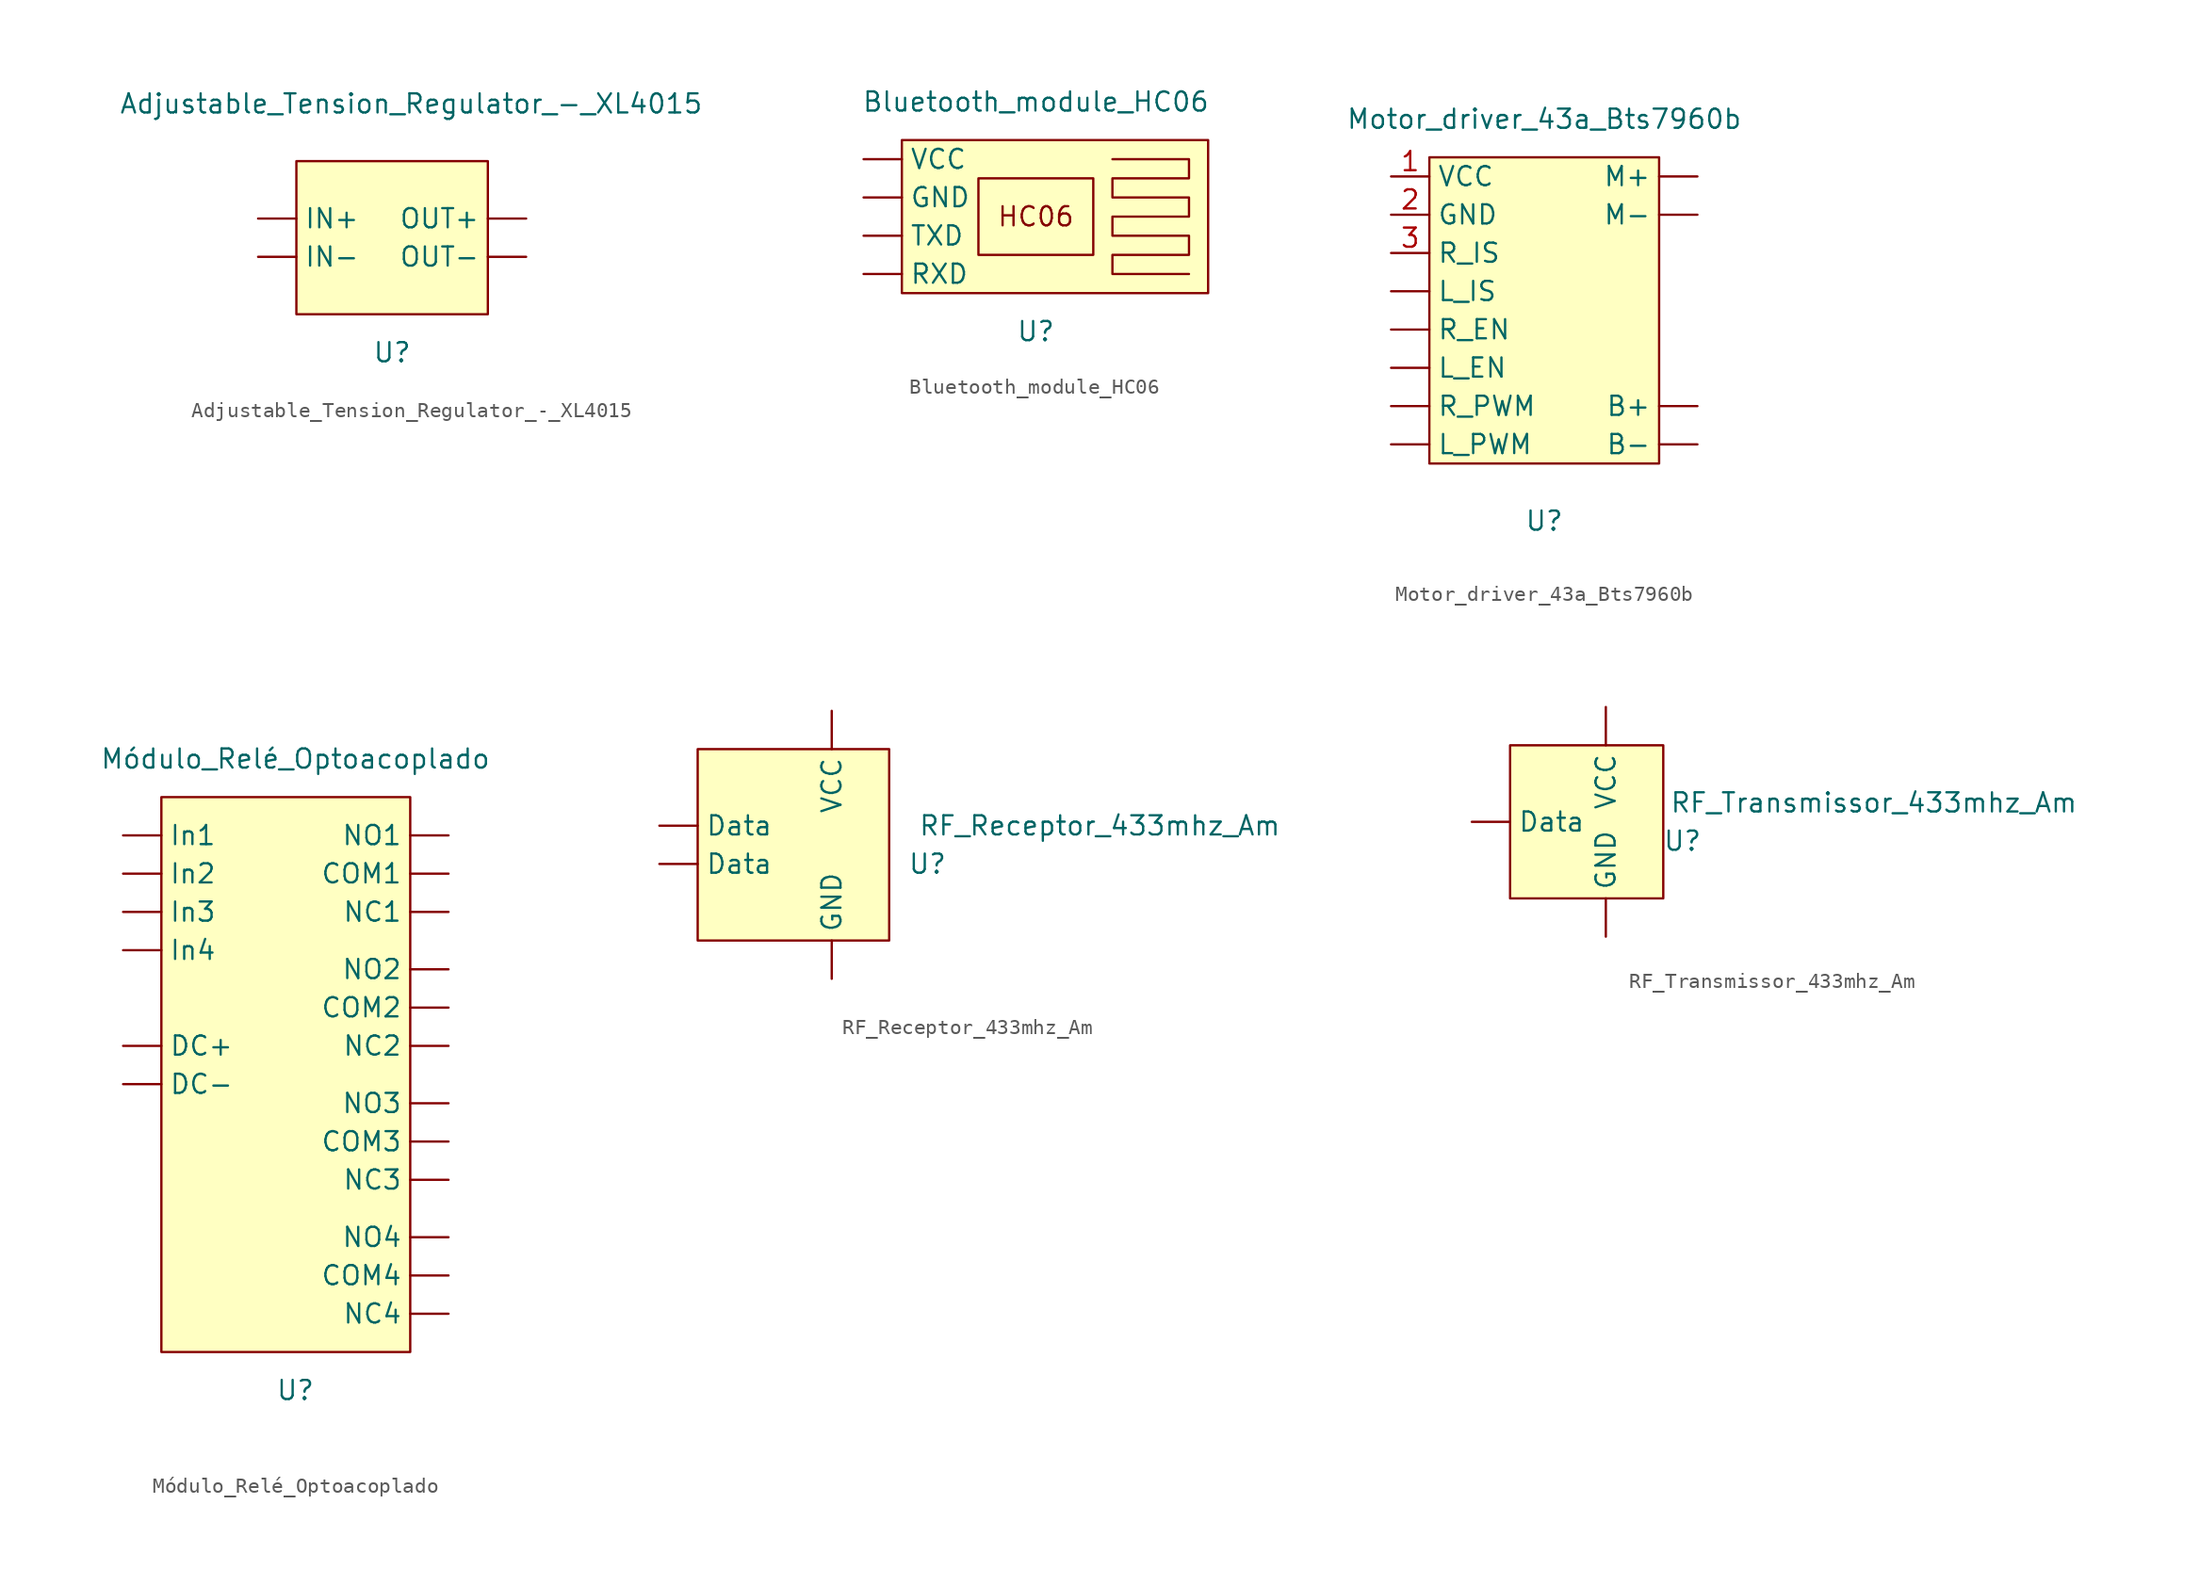
<source format=kicad_sym>
(kicad_symbol_lib
  (version 20211014)
  (generator kicad_symbol_editor)
  (symbol "Adjustable_Tension_Regulator_-_XL4015"
    (property "Reference" "U"
      (at 0 -6.35 0)
      (effects (font (size 1.27 1.27))))
    (property "Value" "Adjustable_Tension_Regulator_-_XL4015"
      (at 1.27 10.16 0)
      (effects (font (size 1.27 1.27))))
    (symbol "Adjustable_Tension_Regulator_-_XL4015_0_1"
      (rectangle (start -6.35 6.35) (end 6.35 -3.81) (stroke (width 0) (type default) (color 0 0 0 0)) (fill (type background))))
    (symbol "Adjustable_Tension_Regulator_-_XL4015_1_1"
      (pin power_in line (at -8.89 2.54 0) (length 2.54) (name "IN+" (effects (font (size 1.27 1.27)))) (number "" (effects (font (size 1.27 1.27)))))
      (pin power_in line (at -8.89 0 0) (length 2.54) (name "IN-" (effects (font (size 1.27 1.27)))) (number "" (effects (font (size 1.27 1.27)))))
      (pin power_out line (at 8.89 2.54 180) (length 2.54) (name "OUT+" (effects (font (size 1.27 1.27)))) (number "" (effects (font (size 1.27 1.27)))))
      (pin power_out line (at 8.89 0 180) (length 2.54) (name "OUT-" (effects (font (size 1.27 1.27)))) (number "" (effects (font (size 1.27 1.27)))))))
  (symbol "Bluetooth_module_HC06"
    (property "Reference" "U"
      (at 0 -7.62 0)
      (effects (font (size 1.27 1.27))))
    (property "Value" "Bluetooth_module_HC06"
      (at 0 7.62 0)
      (effects (font (size 1.27 1.27))))
    (symbol "Bluetooth_module_HC06_0_0"
      (text "HC06" (at 0 0 0) (effects (font (size 1.27 1.27)))))
    (symbol "Bluetooth_module_HC06_0_1"
      (rectangle (start -8.89 5.08) (end 11.43 -5.08) (stroke (width 0) (type default) (color 0 0 0 0)) (fill (type background)))
      (rectangle (start -3.81 2.54) (end 3.81 -2.54) (stroke (width 0) (type default) (color 0 0 0 0)) (fill (type none)))
      (polyline (pts (xy 5.08 3.81) (xy 10.16 3.81) (xy 10.16 2.54) (xy 5.08 2.54) (xy 5.08 1.27) (xy 10.16 1.27) (xy 10.16 0) (xy 5.08 0) (xy 5.08 -1.27) (xy 10.16 -1.27) (xy 10.16 -2.54) (xy 5.08 -2.54) (xy 5.08 -3.81) (xy 10.16 -3.81)) (stroke (width 0) (type default) (color 0 0 0 0)) (fill (type none))))
    (symbol "Bluetooth_module_HC06_1_1"
      (pin power_in line (at -11.43 1.27 0) (length 2.54) (name "GND" (effects (font (size 1.27 1.27)))) (number "" (effects (font (size 1.27 1.27)))))
      (pin bidirectional line (at -11.43 -3.81 0) (length 2.54) (name "RXD" (effects (font (size 1.27 1.27)))) (number "" (effects (font (size 1.27 1.27)))))
      (pin bidirectional line (at -11.43 -1.27 0) (length 2.54) (name "TXD" (effects (font (size 1.27 1.27)))) (number "" (effects (font (size 1.27 1.27)))))
      (pin power_in line (at -11.43 3.81 0) (length 2.54) (name "VCC" (effects (font (size 1.27 1.27)))) (number "" (effects (font (size 1.27 1.27)))))))
  (symbol "Motor_driver_43a_Bts7960b"
    (property "Reference" "U"
      (at 0 -13.97 0)
      (effects (font (size 1.27 1.27))))
    (property "Value" "Motor_driver_43a_Bts7960b"
      (at 0 12.7 0)
      (effects (font (size 1.27 1.27))))
    (symbol "Motor_driver_43a_Bts7960b_0_1"
      (rectangle (start -7.62 10.16) (end 7.62 -10.16) (stroke (width 0) (type default) (color 0 0 0 0)) (fill (type background))))
    (symbol "Motor_driver_43a_Bts7960b_1_1"
      (pin power_in line (at 10.16 -6.35 180) (length 2.54) (name "B+" (effects (font (size 1.27 1.27)))) (number "" (effects (font (size 1.27 1.27)))))
      (pin power_out line (at 10.16 -8.89 180) (length 2.54) (name "B-" (effects (font (size 1.27 1.27)))) (number "" (effects (font (size 1.27 1.27)))))
      (pin input line (at -10.16 -3.81 0) (length 2.54) (name "L_EN" (effects (font (size 1.27 1.27)))) (number "" (effects (font (size 1.27 1.27)))))
      (pin input line (at -10.16 1.27 0) (length 2.54) (name "L_IS" (effects (font (size 1.27 1.27)))) (number "" (effects (font (size 1.27 1.27)))))
      (pin input line (at -10.16 -8.89 0) (length 2.54) (name "L_PWM" (effects (font (size 1.27 1.27)))) (number "" (effects (font (size 1.27 1.27)))))
      (pin output line (at 10.16 8.89 180) (length 2.54) (name "M+" (effects (font (size 1.27 1.27)))) (number "" (effects (font (size 1.27 1.27)))))
      (pin output line (at 10.16 6.35 180) (length 2.54) (name "M-" (effects (font (size 1.27 1.27)))) (number "" (effects (font (size 1.27 1.27)))))
      (pin input line (at -10.16 -1.27 0) (length 2.54) (name "R_EN" (effects (font (size 1.27 1.27)))) (number "" (effects (font (size 1.27 1.27)))))
      (pin input line (at -10.16 -6.35 0) (length 2.54) (name "R_PWM" (effects (font (size 1.27 1.27)))) (number "" (effects (font (size 1.27 1.27)))))
      (pin power_in line (at -10.16 8.89 0) (length 2.54) (name "VCC" (effects (font (size 1.27 1.27)))) (number "1" (effects (font (size 1.27 1.27)))))
      (pin power_out line (at -10.16 6.35 0) (length 2.54) (name "GND" (effects (font (size 1.27 1.27)))) (number "2" (effects (font (size 1.27 1.27)))))
      (pin input line (at -10.16 3.81 0) (length 2.54) (name "R_IS" (effects (font (size 1.27 1.27)))) (number "3" (effects (font (size 1.27 1.27)))))))
  (symbol "Módulo_Relé_Optoacoplado"
    (property "Reference" "U"
      (at -1.27 -31.75 0)
      (effects (font (size 1.27 1.27))))
    (property "Value" "Módulo_Relé_Optoacoplado"
      (at -1.27 10.16 0)
      (effects (font (size 1.27 1.27))))
    (symbol "Módulo_Relé_Optoacoplado_0_0"
      (text "" (at 10.16 0 0) (effects (font (size 1.27 1.27)))))
    (symbol "Módulo_Relé_Optoacoplado_0_1"
      (rectangle (start -10.16 7.62) (end 6.35 -29.21) (stroke (width 0) (type default) (color 0 0 0 0)) (fill (type background))))
    (symbol "Módulo_Relé_Optoacoplado_1_1"
      (pin bidirectional line (at 8.89 2.54 180) (length 2.54) (name "COM1" (effects (font (size 1.27 1.27)))) (number "" (effects (font (size 1.27 1.27)))))
      (pin bidirectional line (at 8.89 -6.35 180) (length 2.54) (name "COM2" (effects (font (size 1.27 1.27)))) (number "" (effects (font (size 1.27 1.27)))))
      (pin bidirectional line (at 8.89 -15.24 180) (length 2.54) (name "COM3" (effects (font (size 1.27 1.27)))) (number "" (effects (font (size 1.27 1.27)))))
      (pin bidirectional line (at 8.89 -24.13 180) (length 2.54) (name "COM4" (effects (font (size 1.27 1.27)))) (number "" (effects (font (size 1.27 1.27)))))
      (pin power_in line (at -12.7 -8.89 0) (length 2.54) (name "DC+" (effects (font (size 1.27 1.27)))) (number "" (effects (font (size 1.27 1.27)))))
      (pin power_in line (at -12.7 -11.43 0) (length 2.54) (name "DC-" (effects (font (size 1.27 1.27)))) (number "" (effects (font (size 1.27 1.27)))))
      (pin input line (at -12.7 5.08 0) (length 2.54) (name "In1" (effects (font (size 1.27 1.27)))) (number "" (effects (font (size 1.27 1.27)))))
      (pin input line (at -12.7 2.54 0) (length 2.54) (name "In2" (effects (font (size 1.27 1.27)))) (number "" (effects (font (size 1.27 1.27)))))
      (pin input line (at -12.7 0 0) (length 2.54) (name "In3" (effects (font (size 1.27 1.27)))) (number "" (effects (font (size 1.27 1.27)))))
      (pin input line (at -12.7 -2.54 0) (length 2.54) (name "In4" (effects (font (size 1.27 1.27)))) (number "" (effects (font (size 1.27 1.27)))))
      (pin bidirectional line (at 8.89 0 180) (length 2.54) (name "NC1" (effects (font (size 1.27 1.27)))) (number "" (effects (font (size 1.27 1.27)))))
      (pin bidirectional line (at 8.89 -8.89 180) (length 2.54) (name "NC2" (effects (font (size 1.27 1.27)))) (number "" (effects (font (size 1.27 1.27)))))
      (pin bidirectional line (at 8.89 -17.78 180) (length 2.54) (name "NC3" (effects (font (size 1.27 1.27)))) (number "" (effects (font (size 1.27 1.27)))))
      (pin bidirectional line (at 8.89 -26.67 180) (length 2.54) (name "NC4" (effects (font (size 1.27 1.27)))) (number "" (effects (font (size 1.27 1.27)))))
      (pin bidirectional line (at 8.89 5.08 180) (length 2.54) (name "NO1" (effects (font (size 1.27 1.27)))) (number "" (effects (font (size 1.27 1.27)))))
      (pin bidirectional line (at 8.89 -3.81 180) (length 2.54) (name "NO2" (effects (font (size 1.27 1.27)))) (number "" (effects (font (size 1.27 1.27)))))
      (pin bidirectional line (at 8.89 -12.7 180) (length 2.54) (name "NO3" (effects (font (size 1.27 1.27)))) (number "" (effects (font (size 1.27 1.27)))))
      (pin bidirectional line (at 8.89 -21.59 180) (length 2.54) (name "NO4" (effects (font (size 1.27 1.27)))) (number "" (effects (font (size 1.27 1.27)))))))
  (symbol "RF_Receptor_433mhz_Am"
    (property "Reference" "U"
      (at 8.89 -1.27 0)
      (effects (font (size 1.27 1.27))))
    (property "Value" "RF_Receptor_433mhz_Am"
      (at 20.32 1.27 0)
      (effects (font (size 1.27 1.27))))
    (symbol "RF_Receptor_433mhz_Am_0_1"
      (rectangle (start -6.35 6.35) (end 6.35 -6.35) (stroke (width 0) (type default) (color 0 0 0 0)) (fill (type background))))
    (symbol "RF_Receptor_433mhz_Am_1_1"
      (pin bidirectional line (at -8.89 -1.27 0) (length 2.54) (name "Data" (effects (font (size 1.27 1.27)))) (number "" (effects (font (size 1.27 1.27)))))
      (pin bidirectional line (at -8.89 1.27 0) (length 2.54) (name "Data" (effects (font (size 1.27 1.27)))) (number "" (effects (font (size 1.27 1.27)))))
      (pin bidirectional line (at 2.54 -8.89 90) (length 2.54) (name "GND" (effects (font (size 1.27 1.27)))) (number "" (effects (font (size 1.27 1.27)))))
      (pin bidirectional line (at 2.54 8.89 270) (length 2.54) (name "VCC" (effects (font (size 1.27 1.27)))) (number "" (effects (font (size 1.27 1.27)))))))
  (symbol "RF_Transmissor_433mhz_Am"
    (property "Reference" "U"
      (at 6.35 -1.27 0)
      (effects (font (size 1.27 1.27))))
    (property "Value" "RF_Transmissor_433mhz_Am"
      (at 19.05 1.27 0)
      (effects (font (size 1.27 1.27))))
    (symbol "RF_Transmissor_433mhz_Am_0_1"
      (rectangle (start -5.08 5.08) (end 5.08 -5.08) (stroke (width 0) (type default) (color 0 0 0 0)) (fill (type background))))
    (symbol "RF_Transmissor_433mhz_Am_1_1"
      (pin input line (at -7.62 0 0) (length 2.54) (name "Data" (effects (font (size 1.27 1.27)))) (number "" (effects (font (size 1.27 1.27)))))
      (pin power_in line (at 1.27 -7.62 90) (length 2.54) (name "GND" (effects (font (size 1.27 1.27)))) (number "" (effects (font (size 1.27 1.27)))))
      (pin power_in line (at 1.27 7.62 270) (length 2.54) (name "VCC" (effects (font (size 1.27 1.27)))) (number "" (effects (font (size 1.27 1.27))))))))
</source>
